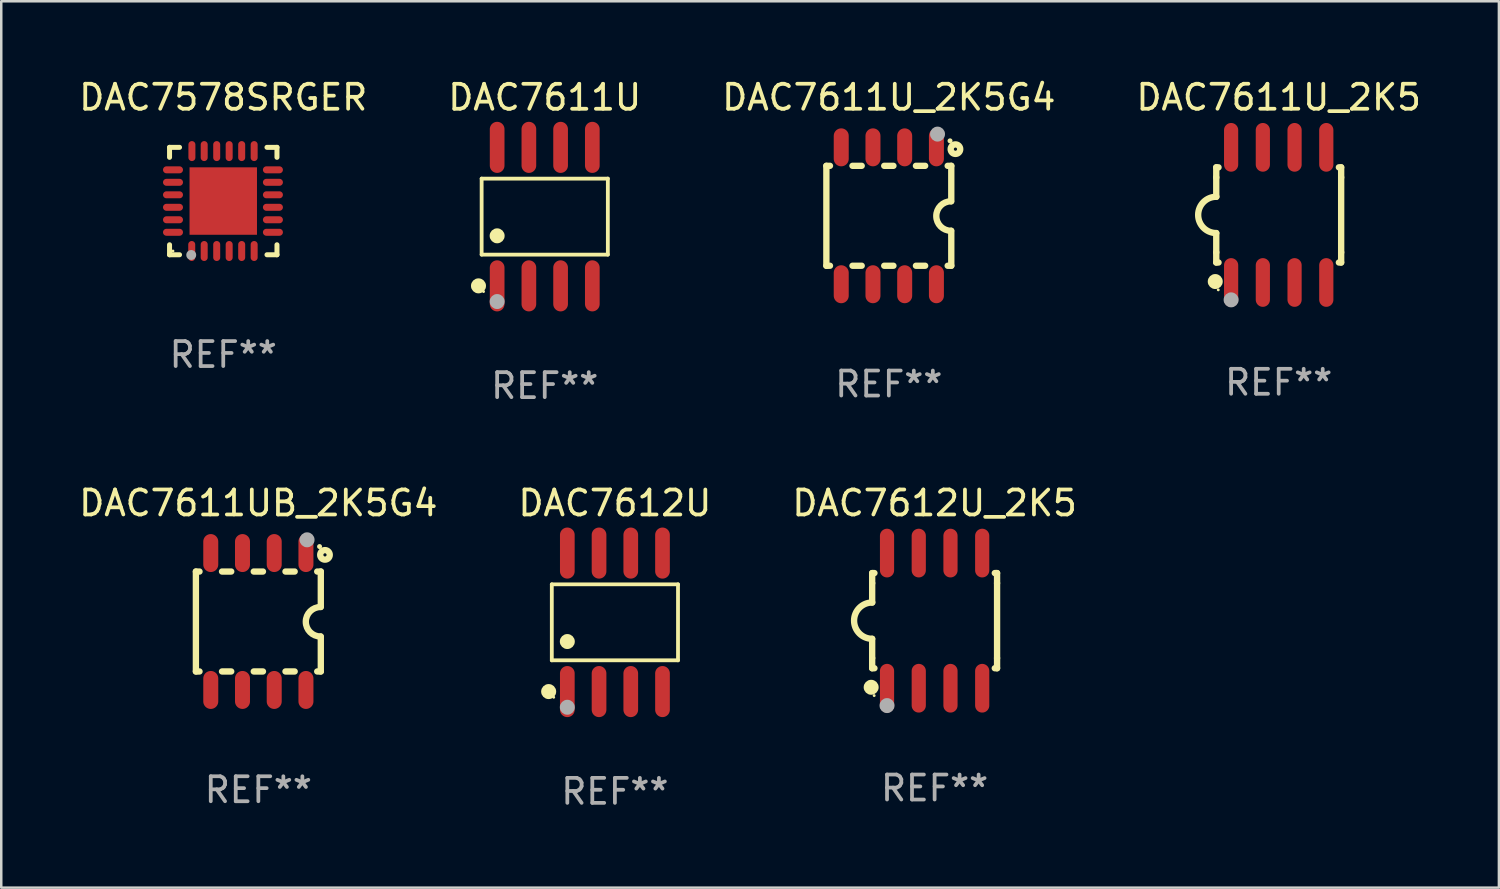
<source format=kicad_pcb>
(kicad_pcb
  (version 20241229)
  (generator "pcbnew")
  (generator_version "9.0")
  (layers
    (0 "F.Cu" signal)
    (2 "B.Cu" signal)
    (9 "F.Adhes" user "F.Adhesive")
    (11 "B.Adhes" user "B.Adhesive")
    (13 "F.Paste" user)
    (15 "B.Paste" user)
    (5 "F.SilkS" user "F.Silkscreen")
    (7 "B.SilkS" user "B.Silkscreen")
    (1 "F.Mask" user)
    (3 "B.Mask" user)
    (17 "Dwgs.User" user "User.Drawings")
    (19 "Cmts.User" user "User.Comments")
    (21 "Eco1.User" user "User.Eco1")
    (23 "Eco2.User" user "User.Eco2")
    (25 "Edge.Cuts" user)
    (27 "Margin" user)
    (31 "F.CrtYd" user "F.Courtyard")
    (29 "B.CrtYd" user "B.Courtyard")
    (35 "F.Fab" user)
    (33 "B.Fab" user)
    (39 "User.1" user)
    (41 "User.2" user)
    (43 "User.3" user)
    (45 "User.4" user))
  (footprint "DAC7612U"
    (layer "F.Cu")
    (at 21.565 21.862)
    (property "Reference" "DAC7612U" (at 0 -4.772 0) (layer "F.SilkS") (effects (font (size 1 1) (thickness 0.15))))
    (attr through_hole)
    (fp_line (start -2.526 -1.521) (end 2.526 -1.521) (stroke (width 0.152) (type solid)) (layer "F.SilkS"))
    (fp_line (start -2.526 1.521) (end -2.526 -1.521) (stroke (width 0.152) (type solid)) (layer "F.SilkS"))
    (fp_line (start 2.526 -1.521) (end 2.526 1.521) (stroke (width 0.152) (type solid)) (layer "F.SilkS"))
    (fp_line (start 2.526 1.521) (end -2.526 1.521) (stroke (width 0.152) (type solid)) (layer "F.SilkS"))
    (fp_circle (center -2.652 2.772) (end -2.501 2.772) (stroke (width 0.3) (type solid)) (fill no) (layer "F.SilkS"))
    (fp_circle (center -2.45 3) (end -2.42 3) (stroke (width 0.06) (type solid)) (fill no) (layer "F.SilkS"))
    (fp_circle (center -1.905 0.769) (end -1.755 0.769) (stroke (width 0.3) (type solid)) (fill no) (layer "F.SilkS"))
    (fp_circle (center -1.905 3.4) (end -1.755 3.4) (stroke (width 0.3) (type solid)) (fill no) (layer "F.Fab"))
    (fp_text user "REF**" (at 0 6.772 0) (layer "F.Fab") (effects (font (size 1 1) (thickness 0.15))))
    (pad "1" smd oval (at -1.905 2.772) (size 0.588 2.045) (layers "F.Cu" "F.Mask" "F.Paste"))
    (pad "2" smd oval (at -0.635 2.772) (size 0.588 2.045) (layers "F.Cu" "F.Mask" "F.Paste"))
    (pad "3" smd oval (at 0.635 2.772) (size 0.588 2.045) (layers "F.Cu" "F.Mask" "F.Paste"))
    (pad "4" smd oval (at 1.905 2.772) (size 0.588 2.045) (layers "F.Cu" "F.Mask" "F.Paste"))
    (pad "5" smd oval (at 1.905 -2.772) (size 0.588 2.045) (layers "F.Cu" "F.Mask" "F.Paste"))
    (pad "6" smd oval (at 0.635 -2.772) (size 0.588 2.045) (layers "F.Cu" "F.Mask" "F.Paste"))
    (pad "7" smd oval (at -0.635 -2.772) (size 0.588 2.045) (layers "F.Cu" "F.Mask" "F.Paste"))
    (pad "8" smd oval (at -1.905 -2.772) (size 0.588 2.045) (layers "F.Cu" "F.Mask" "F.Paste")))
  (footprint "DAC7578SRGER"
    (layer "F.Cu")
    (at 5.887 4.998)
    (property "Reference" "DAC7578SRGER" (at 0 -4.15 0) (layer "F.SilkS") (effects (font (size 1 1) (thickness 0.15))))
    (attr through_hole)
    (fp_line (start -2.15 -2.15) (end -1.75 -2.15) (stroke (width 0.2) (type solid)) (layer "F.SilkS"))
    (fp_line (start -2.15 -1.75) (end -2.15 -2.15) (stroke (width 0.2) (type solid)) (layer "F.SilkS"))
    (fp_line (start -2.15 2.15) (end -2.15 1.75) (stroke (width 0.2) (type solid)) (layer "F.SilkS"))
    (fp_line (start -1.75 2.15) (end -2.15 2.15) (stroke (width 0.2) (type solid)) (layer "F.SilkS"))
    (fp_line (start 2.15 -2.15) (end 1.75 -2.15) (stroke (width 0.2) (type solid)) (layer "F.SilkS"))
    (fp_line (start 2.15 -1.75) (end 2.15 -2.15) (stroke (width 0.2) (type solid)) (layer "F.SilkS"))
    (fp_line (start 2.15 1.75) (end 2.15 2.15) (stroke (width 0.2) (type solid)) (layer "F.SilkS"))
    (fp_line (start 2.15 2.15) (end 1.75 2.15) (stroke (width 0.2) (type solid)) (layer "F.SilkS"))
    (fp_circle (center -2.013 2) (end -1.983 2) (stroke (width 0.06) (type solid)) (fill no) (layer "F.SilkS"))
    (fp_circle (center -1.282 2.159) (end -1.182 2.159) (stroke (width 0.2) (type solid)) (fill no) (layer "F.Fab"))
    (fp_text user "REF**" (at 0 6.15 0) (layer "F.Fab") (effects (font (size 1 1) (thickness 0.15))))
    (pad "1" smd oval (at -1.262 2) (size 0.28 0.8) (layers "F.Cu" "F.Mask" "F.Paste"))
    (pad "2" smd oval (at -0.763 2) (size 0.28 0.8) (layers "F.Cu" "F.Mask" "F.Paste"))
    (pad "3" smd oval (at -0.262 2) (size 0.28 0.8) (layers "F.Cu" "F.Mask" "F.Paste"))
    (pad "4" smd oval (at 0.237 2) (size 0.28 0.8) (layers "F.Cu" "F.Mask" "F.Paste"))
    (pad "5" smd oval (at 0.738 2) (size 0.28 0.8) (layers "F.Cu" "F.Mask" "F.Paste"))
    (pad "6" smd oval (at 1.237 2) (size 0.28 0.8) (layers "F.Cu" "F.Mask" "F.Paste"))
    (pad "7" smd oval (at 1.988 1.25) (size 0.8 0.28) (layers "F.Cu" "F.Mask" "F.Paste"))
    (pad "8" smd oval (at 1.988 0.75) (size 0.8 0.28) (layers "F.Cu" "F.Mask" "F.Paste"))
    (pad "9" smd oval (at 1.988 0.25) (size 0.8 0.28) (layers "F.Cu" "F.Mask" "F.Paste"))
    (pad "10" smd oval (at 1.988 -0.25) (size 0.8 0.28) (layers "F.Cu" "F.Mask" "F.Paste"))
    (pad "11" smd oval (at 1.988 -0.75) (size 0.8 0.28) (layers "F.Cu" "F.Mask" "F.Paste"))
    (pad "12" smd oval (at 1.988 -1.25) (size 0.8 0.28) (layers "F.Cu" "F.Mask" "F.Paste"))
    (pad "13" smd oval (at 1.237 -2) (size 0.28 0.8) (layers "F.Cu" "F.Mask" "F.Paste"))
    (pad "14" smd oval (at 0.738 -2) (size 0.28 0.8) (layers "F.Cu" "F.Mask" "F.Paste"))
    (pad "15" smd oval (at 0.237 -2) (size 0.28 0.8) (layers "F.Cu" "F.Mask" "F.Paste"))
    (pad "16" smd oval (at -0.262 -2) (size 0.28 0.8) (layers "F.Cu" "F.Mask" "F.Paste"))
    (pad "17" smd oval (at -0.763 -2) (size 0.28 0.8) (layers "F.Cu" "F.Mask" "F.Paste"))
    (pad "18" smd oval (at -1.255 -2) (size 0.28 0.8) (layers "F.Cu" "F.Mask" "F.Paste"))
    (pad "19" smd oval (at -2.012 -1.25) (size 0.8 0.28) (layers "F.Cu" "F.Mask" "F.Paste"))
    (pad "20" smd oval (at -2.012 -0.75) (size 0.8 0.28) (layers "F.Cu" "F.Mask" "F.Paste"))
    (pad "21" smd oval (at -2.012 -0.25) (size 0.8 0.28) (layers "F.Cu" "F.Mask" "F.Paste"))
    (pad "22" smd oval (at -2.012 0.25) (size 0.8 0.28) (layers "F.Cu" "F.Mask" "F.Paste"))
    (pad "23" smd oval (at -2.012 0.75) (size 0.8 0.28) (layers "F.Cu" "F.Mask" "F.Paste"))
    (pad "24" smd oval (at -2.012 1.25) (size 0.8 0.28) (layers "F.Cu" "F.Mask" "F.Paste"))
    (pad "25" smd rect (at -0.000013 -0.000025) (size 2.7 2.7) (layers "F.Cu" "F.Mask" "F.Paste")))
  (footprint "DAC7612U_2K5"
    (layer "F.Cu")
    (at 34.363 21.795)
    (property "Reference" "DAC7612U_2K5" (at 0 -4.705 0) (layer "F.SilkS") (effects (font (size 1 1) (thickness 0.15))))
    (attr through_hole)
    (fp_line (start -2.5 -1.905) (end -2.409 -1.905) (stroke (width 0.254) (type solid)) (layer "F.SilkS"))
    (fp_line (start -2.5 -1.5) (end -2.5 -1.905) (stroke (width 0.254) (type solid)) (layer "F.SilkS"))
    (fp_line (start -2.5 -1.5) (end -2.5 -0.726) (stroke (width 0.254) (type solid)) (layer "F.SilkS"))
    (fp_line (start -2.5 1.5) (end -2.5 0.727) (stroke (width 0.254) (type solid)) (layer "F.SilkS"))
    (fp_line (start -2.5 1.5) (end -2.5 1.905) (stroke (width 0.254) (type solid)) (layer "F.SilkS"))
    (fp_line (start -2.5 1.905) (end -2.409 1.905) (stroke (width 0.254) (type solid)) (layer "F.SilkS"))
    (fp_line (start 2.5 -1.905) (end 2.409 -1.905) (stroke (width 0.254) (type solid)) (layer "F.SilkS"))
    (fp_line (start 2.5 -1.5) (end 2.5 -1.905) (stroke (width 0.254) (type solid)) (layer "F.SilkS"))
    (fp_line (start 2.5 -1.5) (end 2.5 1.5) (stroke (width 0.254) (type solid)) (layer "F.SilkS"))
    (fp_line (start 2.5 1.5) (end 2.5 1.905) (stroke (width 0.254) (type solid)) (layer "F.SilkS"))
    (fp_line (start 2.5 1.905) (end 2.409 1.905) (stroke (width 0.254) (type solid)) (layer "F.SilkS"))
    (fp_arc (start -2.5 0.726568) (mid -3.220316 -0.0023) (end -2.495097 -0.726289) (stroke (width 0.254001) (type solid)) (layer "F.SilkS"))
    (fp_circle (center -2.54 2.667) (end -2.39 2.667) (stroke (width 0.3) (type solid)) (fill no) (layer "F.SilkS"))
    (fp_circle (center -2.42 3) (end -2.39 3) (stroke (width 0.06) (type solid)) (fill no) (layer "F.SilkS"))
    (fp_circle (center -1.905 3.4) (end -1.755 3.4) (stroke (width 0.3) (type solid)) (fill no) (layer "F.Fab"))
    (fp_text user "REF**" (at 0 6.705 0) (layer "F.Fab") (effects (font (size 1 1) (thickness 0.15))))
    (pad "1" smd oval (at -1.905 2.705) (size 0.568 1.95) (layers "F.Cu" "F.Mask" "F.Paste"))
    (pad "2" smd oval (at -0.635 2.705) (size 0.568 1.95) (layers "F.Cu" "F.Mask" "F.Paste"))
    (pad "3" smd oval (at 0.635 2.705) (size 0.568 1.95) (layers "F.Cu" "F.Mask" "F.Paste"))
    (pad "4" smd oval (at 1.905 2.705) (size 0.568 1.95) (layers "F.Cu" "F.Mask" "F.Paste"))
    (pad "5" smd oval (at 1.905 -2.705) (size 0.568 1.95) (layers "F.Cu" "F.Mask" "F.Paste"))
    (pad "6" smd oval (at 0.635 -2.705) (size 0.568 1.95) (layers "F.Cu" "F.Mask" "F.Paste"))
    (pad "7" smd oval (at -0.635 -2.705) (size 0.568 1.95) (layers "F.Cu" "F.Mask" "F.Paste"))
    (pad "8" smd oval (at -1.905 -2.705) (size 0.568 1.95) (layers "F.Cu" "F.Mask" "F.Paste")))
  (footprint "DAC7611U_2K5"
    (layer "F.Cu")
    (at 48.137 5.553)
    (property "Reference" "DAC7611U_2K5" (at 0 -4.705 0) (layer "F.SilkS") (effects (font (size 1 1) (thickness 0.15))))
    (attr through_hole)
    (fp_line (start -2.5 -1.905) (end -2.409 -1.905) (stroke (width 0.254) (type solid)) (layer "F.SilkS"))
    (fp_line (start -2.5 -1.5) (end -2.5 -1.905) (stroke (width 0.254) (type solid)) (layer "F.SilkS"))
    (fp_line (start -2.5 -1.5) (end -2.5 -0.726) (stroke (width 0.254) (type solid)) (layer "F.SilkS"))
    (fp_line (start -2.5 1.5) (end -2.5 0.727) (stroke (width 0.254) (type solid)) (layer "F.SilkS"))
    (fp_line (start -2.5 1.5) (end -2.5 1.905) (stroke (width 0.254) (type solid)) (layer "F.SilkS"))
    (fp_line (start -2.5 1.905) (end -2.409 1.905) (stroke (width 0.254) (type solid)) (layer "F.SilkS"))
    (fp_line (start 2.5 -1.905) (end 2.409 -1.905) (stroke (width 0.254) (type solid)) (layer "F.SilkS"))
    (fp_line (start 2.5 -1.5) (end 2.5 -1.905) (stroke (width 0.254) (type solid)) (layer "F.SilkS"))
    (fp_line (start 2.5 -1.5) (end 2.5 1.5) (stroke (width 0.254) (type solid)) (layer "F.SilkS"))
    (fp_line (start 2.5 1.5) (end 2.5 1.905) (stroke (width 0.254) (type solid)) (layer "F.SilkS"))
    (fp_line (start 2.5 1.905) (end 2.409 1.905) (stroke (width 0.254) (type solid)) (layer "F.SilkS"))
    (fp_arc (start -2.5 0.726568) (mid -3.220316 -0.0023) (end -2.495097 -0.726289) (stroke (width 0.254001) (type solid)) (layer "F.SilkS"))
    (fp_circle (center -2.54 2.667) (end -2.39 2.667) (stroke (width 0.3) (type solid)) (fill no) (layer "F.SilkS"))
    (fp_circle (center -2.42 3) (end -2.39 3) (stroke (width 0.06) (type solid)) (fill no) (layer "F.SilkS"))
    (fp_circle (center -1.905 3.4) (end -1.755 3.4) (stroke (width 0.3) (type solid)) (fill no) (layer "F.Fab"))
    (fp_text user "REF**" (at 0 6.705 0) (layer "F.Fab") (effects (font (size 1 1) (thickness 0.15))))
    (pad "1" smd oval (at -1.905 2.705) (size 0.568 1.95) (layers "F.Cu" "F.Mask" "F.Paste"))
    (pad "2" smd oval (at -0.635 2.705) (size 0.568 1.95) (layers "F.Cu" "F.Mask" "F.Paste"))
    (pad "3" smd oval (at 0.635 2.705) (size 0.568 1.95) (layers "F.Cu" "F.Mask" "F.Paste"))
    (pad "4" smd oval (at 1.905 2.705) (size 0.568 1.95) (layers "F.Cu" "F.Mask" "F.Paste"))
    (pad "5" smd oval (at 1.905 -2.705) (size 0.568 1.95) (layers "F.Cu" "F.Mask" "F.Paste"))
    (pad "6" smd oval (at 0.635 -2.705) (size 0.568 1.95) (layers "F.Cu" "F.Mask" "F.Paste"))
    (pad "7" smd oval (at -0.635 -2.705) (size 0.568 1.95) (layers "F.Cu" "F.Mask" "F.Paste"))
    (pad "8" smd oval (at -1.905 -2.705) (size 0.568 1.95) (layers "F.Cu" "F.Mask" "F.Paste")))
  (footprint "DAC7611UB_2K5G4"
    (layer "F.Cu")
    (at 7.292 21.829)
    (property "Reference" "DAC7611UB_2K5G4" (at 0 -4.74 0) (layer "F.SilkS") (effects (font (size 1 1) (thickness 0.15))))
    (attr through_hole)
    (fp_line (start -2.5 2) (end -2.5 -2) (stroke (width 0.254) (type solid)) (layer "F.SilkS"))
    (fp_line (start -2.356 -2) (end -2.5 -2) (stroke (width 0.254) (type solid)) (layer "F.SilkS"))
    (fp_line (start -2.356 2) (end -2.5 2) (stroke (width 0.254) (type solid)) (layer "F.SilkS"))
    (fp_line (start -1.086 -2) (end -1.454 -2) (stroke (width 0.254) (type solid)) (layer "F.SilkS"))
    (fp_line (start -1.086 2) (end -1.454 2) (stroke (width 0.254) (type solid)) (layer "F.SilkS"))
    (fp_line (start 0.184 -2) (end -0.184 -2) (stroke (width 0.254) (type solid)) (layer "F.SilkS"))
    (fp_line (start 0.184 2) (end -0.184 2) (stroke (width 0.254) (type solid)) (layer "F.SilkS"))
    (fp_line (start 1.454 -2) (end 1.086 -2) (stroke (width 0.254) (type solid)) (layer "F.SilkS"))
    (fp_line (start 1.454 2) (end 1.086 2) (stroke (width 0.254) (type solid)) (layer "F.SilkS"))
    (fp_line (start 2.5 -2) (end 2.356 -2) (stroke (width 0.254) (type solid)) (layer "F.SilkS"))
    (fp_line (start 2.5 -0.58) (end 2.5 -2) (stroke (width 0.254) (type solid)) (layer "F.SilkS"))
    (fp_line (start 2.5 2) (end 2.356 2) (stroke (width 0.254) (type solid)) (layer "F.SilkS"))
    (fp_line (start 2.5 2) (end 2.5 0.6) (stroke (width 0.254) (type solid)) (layer "F.SilkS"))
    (fp_arc (start 2.489992 0.600051) (mid 1.901674 0.010046) (end 2.489992 -0.579959) (stroke (width 0.254001) (type solid)) (layer "F.SilkS"))
    (fp_circle (center 2.45 -3) (end 2.5 -3) (stroke (width 0.1) (type solid)) (fill no) (layer "F.SilkS"))
    (fp_circle (center 2.667 -2.667) (end 2.858 -2.667) (stroke (width 0.254) (type solid)) (fill no) (layer "F.SilkS"))
    (fp_circle (center 1.95 -3.27) (end 2.1 -3.27) (stroke (width 0.3) (type solid)) (fill no) (layer "F.Fab"))
    (fp_text user "REF**" (at 0 6.74 0) (layer "F.Fab") (effects (font (size 1 1) (thickness 0.15))))
    (pad "1" smd oval (at 1.905 -2.74) (size 0.6 1.52) (layers "F.Cu" "F.Mask" "F.Paste"))
    (pad "2" smd oval (at 0.635 -2.74) (size 0.6 1.52) (layers "F.Cu" "F.Mask" "F.Paste"))
    (pad "3" smd oval (at -0.635 -2.74) (size 0.6 1.52) (layers "F.Cu" "F.Mask" "F.Paste"))
    (pad "4" smd oval (at -1.905 -2.74) (size 0.6 1.52) (layers "F.Cu" "F.Mask" "F.Paste"))
    (pad "5" smd oval (at -1.905 2.74) (size 0.6 1.52) (layers "F.Cu" "F.Mask" "F.Paste"))
    (pad "6" smd oval (at -0.635 2.74) (size 0.6 1.52) (layers "F.Cu" "F.Mask" "F.Paste"))
    (pad "7" smd oval (at 0.635 2.74) (size 0.6 1.52) (layers "F.Cu" "F.Mask" "F.Paste"))
    (pad "8" smd oval (at 1.905 2.74) (size 0.6 1.52) (layers "F.Cu" "F.Mask" "F.Paste")))
  (footprint "DAC7611U_2K5G4"
    (layer "F.Cu")
    (at 32.53 5.588)
    (property "Reference" "DAC7611U_2K5G4" (at 0 -4.74 0) (layer "F.SilkS") (effects (font (size 1 1) (thickness 0.15))))
    (attr through_hole)
    (fp_line (start -2.5 2) (end -2.5 -2) (stroke (width 0.254) (type solid)) (layer "F.SilkS"))
    (fp_line (start -2.356 -2) (end -2.5 -2) (stroke (width 0.254) (type solid)) (layer "F.SilkS"))
    (fp_line (start -2.356 2) (end -2.5 2) (stroke (width 0.254) (type solid)) (layer "F.SilkS"))
    (fp_line (start -1.086 -2) (end -1.454 -2) (stroke (width 0.254) (type solid)) (layer "F.SilkS"))
    (fp_line (start -1.086 2) (end -1.454 2) (stroke (width 0.254) (type solid)) (layer "F.SilkS"))
    (fp_line (start 0.184 -2) (end -0.184 -2) (stroke (width 0.254) (type solid)) (layer "F.SilkS"))
    (fp_line (start 0.184 2) (end -0.184 2) (stroke (width 0.254) (type solid)) (layer "F.SilkS"))
    (fp_line (start 1.454 -2) (end 1.086 -2) (stroke (width 0.254) (type solid)) (layer "F.SilkS"))
    (fp_line (start 1.454 2) (end 1.086 2) (stroke (width 0.254) (type solid)) (layer "F.SilkS"))
    (fp_line (start 2.5 -2) (end 2.356 -2) (stroke (width 0.254) (type solid)) (layer "F.SilkS"))
    (fp_line (start 2.5 -0.58) (end 2.5 -2) (stroke (width 0.254) (type solid)) (layer "F.SilkS"))
    (fp_line (start 2.5 2) (end 2.356 2) (stroke (width 0.254) (type solid)) (layer "F.SilkS"))
    (fp_line (start 2.5 2) (end 2.5 0.6) (stroke (width 0.254) (type solid)) (layer "F.SilkS"))
    (fp_arc (start 2.489992 0.600051) (mid 1.901674 0.010046) (end 2.489992 -0.579959) (stroke (width 0.254001) (type solid)) (layer "F.SilkS"))
    (fp_circle (center 2.45 -3) (end 2.5 -3) (stroke (width 0.1) (type solid)) (fill no) (layer "F.SilkS"))
    (fp_circle (center 2.667 -2.667) (end 2.858 -2.667) (stroke (width 0.254) (type solid)) (fill no) (layer "F.SilkS"))
    (fp_circle (center 1.95 -3.27) (end 2.1 -3.27) (stroke (width 0.3) (type solid)) (fill no) (layer "F.Fab"))
    (fp_text user "REF**" (at 0 6.74 0) (layer "F.Fab") (effects (font (size 1 1) (thickness 0.15))))
    (pad "1" smd oval (at 1.905 -2.74) (size 0.6 1.52) (layers "F.Cu" "F.Mask" "F.Paste"))
    (pad "2" smd oval (at 0.635 -2.74) (size 0.6 1.52) (layers "F.Cu" "F.Mask" "F.Paste"))
    (pad "3" smd oval (at -0.635 -2.74) (size 0.6 1.52) (layers "F.Cu" "F.Mask" "F.Paste"))
    (pad "4" smd oval (at -1.905 -2.74) (size 0.6 1.52) (layers "F.Cu" "F.Mask" "F.Paste"))
    (pad "5" smd oval (at -1.905 2.74) (size 0.6 1.52) (layers "F.Cu" "F.Mask" "F.Paste"))
    (pad "6" smd oval (at -0.635 2.74) (size 0.6 1.52) (layers "F.Cu" "F.Mask" "F.Paste"))
    (pad "7" smd oval (at 0.635 2.74) (size 0.6 1.52) (layers "F.Cu" "F.Mask" "F.Paste"))
    (pad "8" smd oval (at 1.905 2.74) (size 0.6 1.52) (layers "F.Cu" "F.Mask" "F.Paste")))
  (footprint "DAC7611U"
    (layer "F.Cu")
    (at 18.756 5.621)
    (property "Reference" "DAC7611U" (at 0 -4.772 0) (layer "F.SilkS") (effects (font (size 1 1) (thickness 0.15))))
    (attr through_hole)
    (fp_line (start -2.526 -1.521) (end 2.526 -1.521) (stroke (width 0.152) (type solid)) (layer "F.SilkS"))
    (fp_line (start -2.526 1.521) (end -2.526 -1.521) (stroke (width 0.152) (type solid)) (layer "F.SilkS"))
    (fp_line (start 2.526 -1.521) (end 2.526 1.521) (stroke (width 0.152) (type solid)) (layer "F.SilkS"))
    (fp_line (start 2.526 1.521) (end -2.526 1.521) (stroke (width 0.152) (type solid)) (layer "F.SilkS"))
    (fp_circle (center -2.652 2.772) (end -2.501 2.772) (stroke (width 0.3) (type solid)) (fill no) (layer "F.SilkS"))
    (fp_circle (center -2.45 3) (end -2.42 3) (stroke (width 0.06) (type solid)) (fill no) (layer "F.SilkS"))
    (fp_circle (center -1.905 0.769) (end -1.755 0.769) (stroke (width 0.3) (type solid)) (fill no) (layer "F.SilkS"))
    (fp_circle (center -1.905 3.4) (end -1.755 3.4) (stroke (width 0.3) (type solid)) (fill no) (layer "F.Fab"))
    (fp_text user "REF**" (at 0 6.772 0) (layer "F.Fab") (effects (font (size 1 1) (thickness 0.15))))
    (pad "1" smd oval (at -1.905 2.772) (size 0.588 2.045) (layers "F.Cu" "F.Mask" "F.Paste"))
    (pad "2" smd oval (at -0.635 2.772) (size 0.588 2.045) (layers "F.Cu" "F.Mask" "F.Paste"))
    (pad "3" smd oval (at 0.635 2.772) (size 0.588 2.045) (layers "F.Cu" "F.Mask" "F.Paste"))
    (pad "4" smd oval (at 1.905 2.772) (size 0.588 2.045) (layers "F.Cu" "F.Mask" "F.Paste"))
    (pad "5" smd oval (at 1.905 -2.772) (size 0.588 2.045) (layers "F.Cu" "F.Mask" "F.Paste"))
    (pad "6" smd oval (at 0.635 -2.772) (size 0.588 2.045) (layers "F.Cu" "F.Mask" "F.Paste"))
    (pad "7" smd oval (at -0.635 -2.772) (size 0.588 2.045) (layers "F.Cu" "F.Mask" "F.Paste"))
    (pad "8" smd oval (at -1.905 -2.772) (size 0.588 2.045) (layers "F.Cu" "F.Mask" "F.Paste")))
  (gr_rect
    (start -3 -3)
    (end 56.952 32.483)
    (stroke (width 0.1) (type default))
    (fill no)
    (layer "Edge.Cuts")))
</source>
